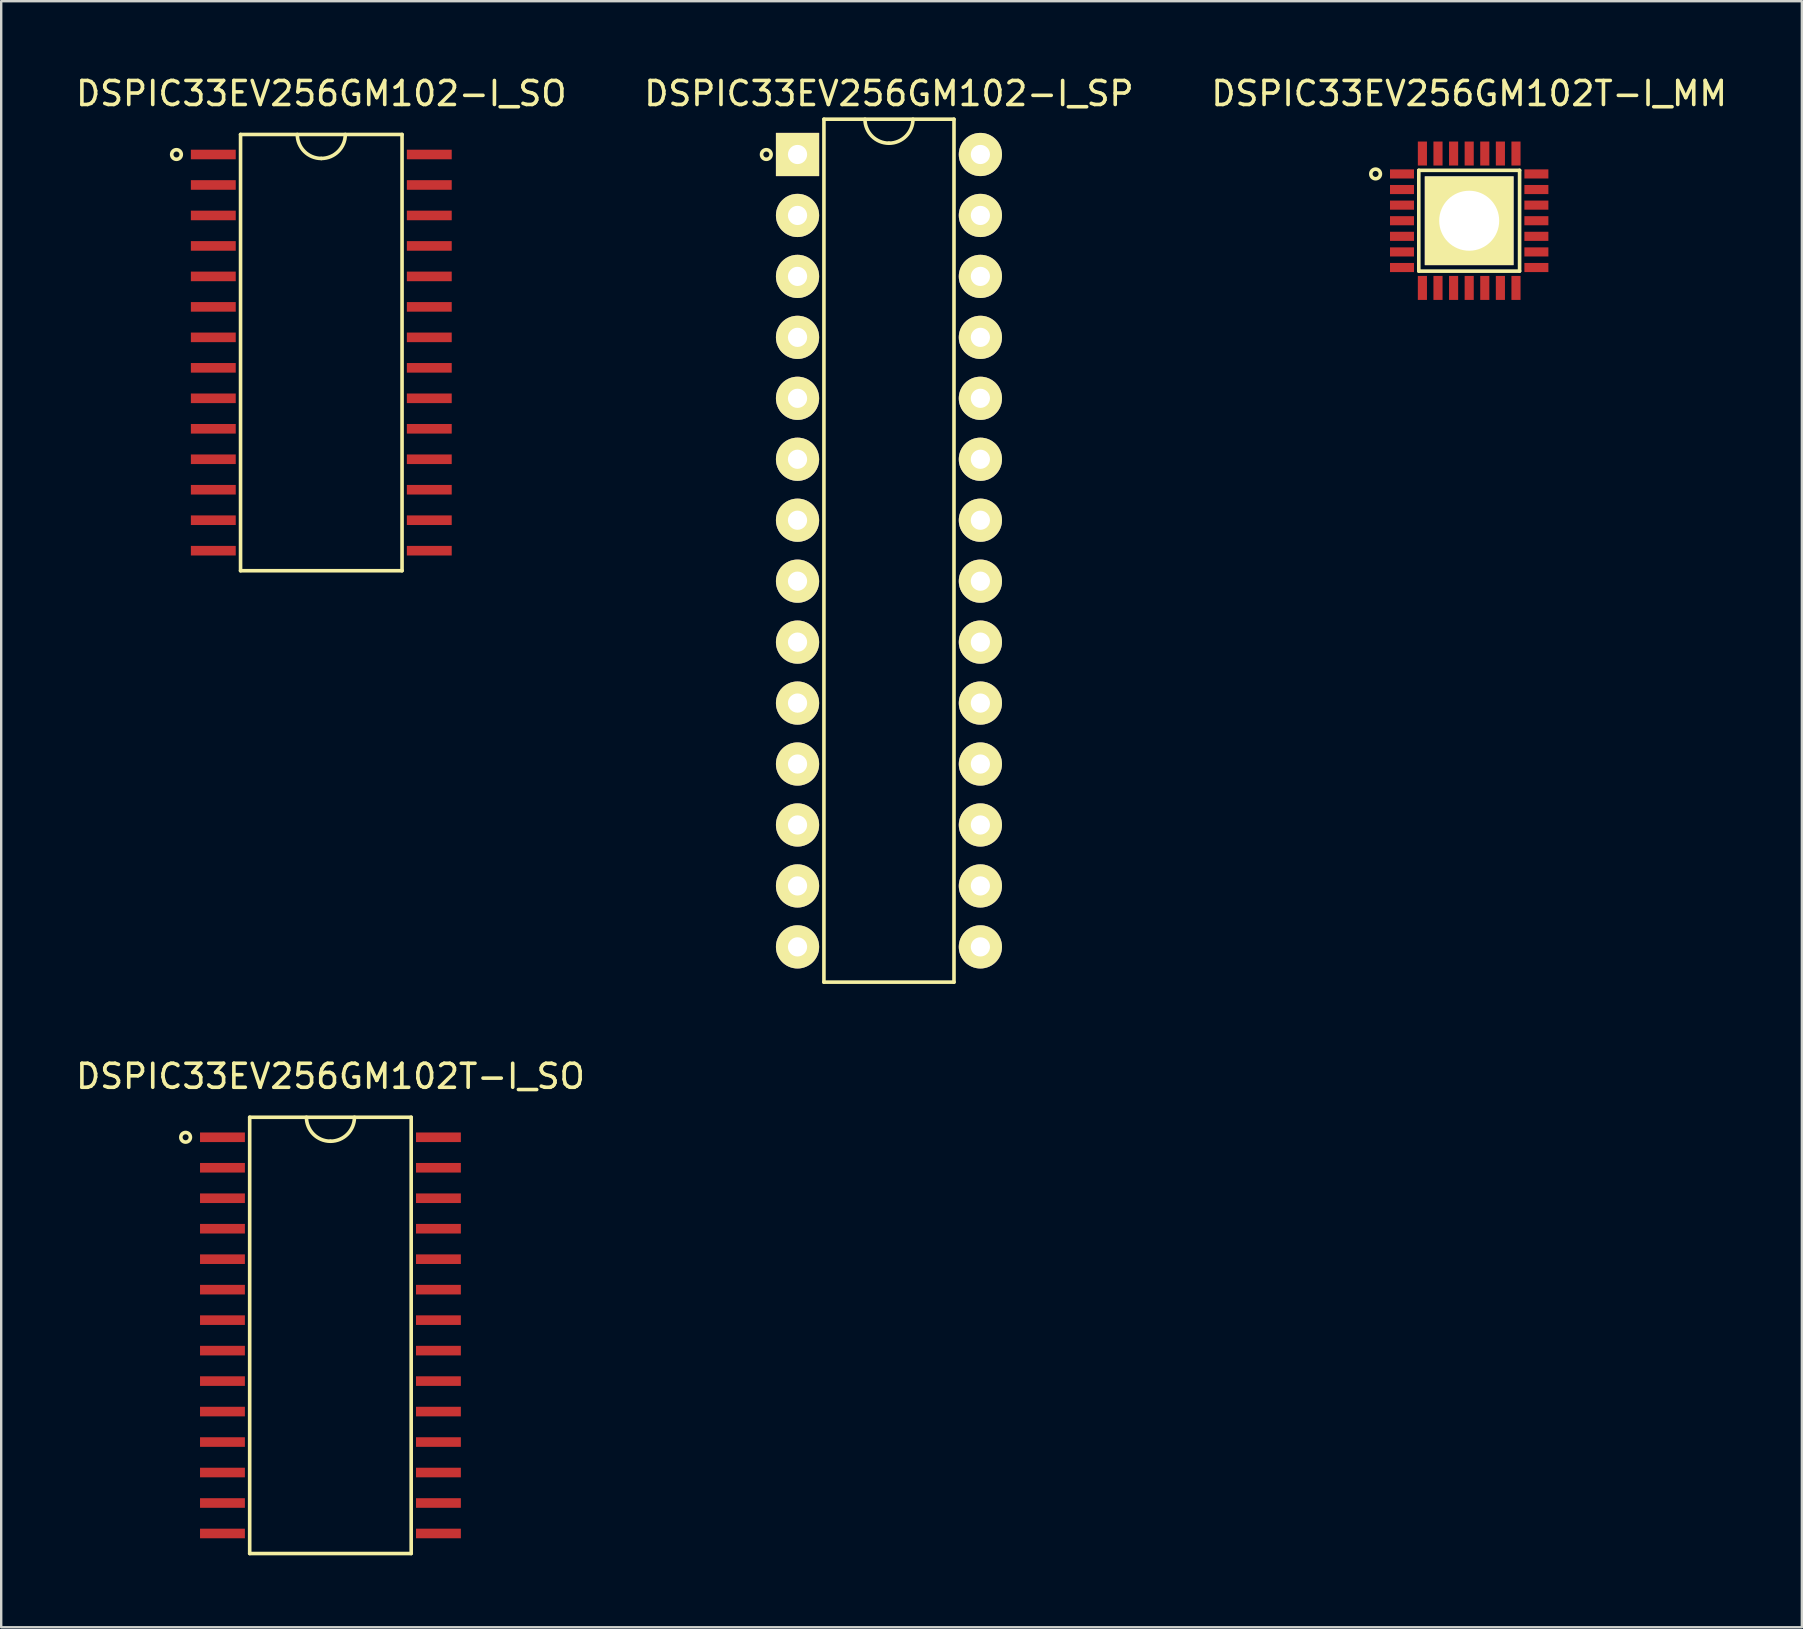
<source format=kicad_pcb>
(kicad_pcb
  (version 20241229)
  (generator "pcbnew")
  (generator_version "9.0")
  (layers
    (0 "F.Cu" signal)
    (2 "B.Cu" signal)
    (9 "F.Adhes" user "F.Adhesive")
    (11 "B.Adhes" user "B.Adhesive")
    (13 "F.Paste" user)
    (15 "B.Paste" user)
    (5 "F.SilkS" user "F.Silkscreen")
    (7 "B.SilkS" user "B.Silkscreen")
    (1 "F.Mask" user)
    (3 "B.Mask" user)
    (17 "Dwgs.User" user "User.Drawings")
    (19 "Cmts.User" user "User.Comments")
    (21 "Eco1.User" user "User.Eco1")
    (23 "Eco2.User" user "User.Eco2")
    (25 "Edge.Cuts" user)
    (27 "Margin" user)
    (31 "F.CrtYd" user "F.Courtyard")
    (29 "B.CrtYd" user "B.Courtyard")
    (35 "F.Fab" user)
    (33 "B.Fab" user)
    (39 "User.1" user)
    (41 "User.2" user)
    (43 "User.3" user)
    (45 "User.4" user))
  (footprint "DSPIC33EV256GM102T-I_SO"
    (layer "F.Cu")
    (at 6.22 44.342)
    (property "Reference" "DSPIC33EV256GM102T-I_SO" (at 4.5 -2.54 0) (layer "F.SilkS") (effects (font (size 1 1) (thickness 0.15))))
    (attr through_hole)
    (fp_line (start 1.135 -0.835) (end 7.865 -0.835) (stroke (width 0.15) (type solid)) (layer "F.SilkS"))
    (fp_line (start 1.135 17.345) (end 1.135 -0.835) (stroke (width 0.15) (type solid)) (layer "F.SilkS"))
    (fp_line (start 7.865 -0.835) (end 7.865 17.345) (stroke (width 0.15) (type solid)) (layer "F.SilkS"))
    (fp_line (start 7.865 17.345) (end 1.135 17.345) (stroke (width 0.15) (type solid)) (layer "F.SilkS"))
    (fp_arc (start 4.5 0.165) (mid 3.792893 -0.127893) (end 3.5 -0.835) (stroke (width 0.15) (type solid)) (layer "F.SilkS"))
    (fp_arc (start 5.5 -0.835) (mid 5.207107 -0.127893) (end 4.5 0.165) (stroke (width 0.15) (type solid)) (layer "F.SilkS"))
    (fp_circle (center -1.535 0) (end -1.535 0.2) (stroke (width 0.15) (type solid)) (fill no) (layer "F.SilkS"))
    (pad "1" smd rect (at 0 0) (size 1.87 0.4) (layers "F.Cu" "F.Mask" "F.Paste"))
    (pad "2" smd rect (at 0 1.27) (size 1.87 0.4) (layers "F.Cu" "F.Mask" "F.Paste"))
    (pad "3" smd rect (at 0 2.54) (size 1.87 0.4) (layers "F.Cu" "F.Mask" "F.Paste"))
    (pad "4" smd rect (at 0 3.81) (size 1.87 0.4) (layers "F.Cu" "F.Mask" "F.Paste"))
    (pad "5" smd rect (at 0 5.08) (size 1.87 0.4) (layers "F.Cu" "F.Mask" "F.Paste"))
    (pad "6" smd rect (at 0 6.35) (size 1.87 0.4) (layers "F.Cu" "F.Mask" "F.Paste"))
    (pad "7" smd rect (at 0 7.62) (size 1.87 0.4) (layers "F.Cu" "F.Mask" "F.Paste"))
    (pad "8" smd rect (at 0 8.89) (size 1.87 0.4) (layers "F.Cu" "F.Mask" "F.Paste"))
    (pad "9" smd rect (at 0 10.16) (size 1.87 0.4) (layers "F.Cu" "F.Mask" "F.Paste"))
    (pad "10" smd rect (at 0 11.43) (size 1.87 0.4) (layers "F.Cu" "F.Mask" "F.Paste"))
    (pad "11" smd rect (at 0 12.7) (size 1.87 0.4) (layers "F.Cu" "F.Mask" "F.Paste"))
    (pad "12" smd rect (at 0 13.97) (size 1.87 0.4) (layers "F.Cu" "F.Mask" "F.Paste"))
    (pad "13" smd rect (at 0 15.24) (size 1.87 0.4) (layers "F.Cu" "F.Mask" "F.Paste"))
    (pad "14" smd rect (at 0 16.51) (size 1.87 0.4) (layers "F.Cu" "F.Mask" "F.Paste"))
    (pad "15" smd rect (at 9 16.51) (size 1.87 0.4) (layers "F.Cu" "F.Mask" "F.Paste"))
    (pad "16" smd rect (at 9 15.24) (size 1.87 0.4) (layers "F.Cu" "F.Mask" "F.Paste"))
    (pad "17" smd rect (at 9 13.97) (size 1.87 0.4) (layers "F.Cu" "F.Mask" "F.Paste"))
    (pad "18" smd rect (at 9 12.7) (size 1.87 0.4) (layers "F.Cu" "F.Mask" "F.Paste"))
    (pad "19" smd rect (at 9 11.43) (size 1.87 0.4) (layers "F.Cu" "F.Mask" "F.Paste"))
    (pad "20" smd rect (at 9 10.16) (size 1.87 0.4) (layers "F.Cu" "F.Mask" "F.Paste"))
    (pad "21" smd rect (at 9 8.89) (size 1.87 0.4) (layers "F.Cu" "F.Mask" "F.Paste"))
    (pad "22" smd rect (at 9 7.62) (size 1.87 0.4) (layers "F.Cu" "F.Mask" "F.Paste"))
    (pad "23" smd rect (at 9 6.35) (size 1.87 0.4) (layers "F.Cu" "F.Mask" "F.Paste"))
    (pad "24" smd rect (at 9 5.08) (size 1.87 0.4) (layers "F.Cu" "F.Mask" "F.Paste"))
    (pad "25" smd rect (at 9 3.81) (size 1.87 0.4) (layers "F.Cu" "F.Mask" "F.Paste"))
    (pad "26" smd rect (at 9 2.54) (size 1.87 0.4) (layers "F.Cu" "F.Mask" "F.Paste"))
    (pad "27" smd rect (at 9 1.27) (size 1.87 0.4) (layers "F.Cu" "F.Mask" "F.Paste"))
    (pad "28" smd rect (at 9 0) (size 1.87 0.4) (layers "F.Cu" "F.Mask" "F.Paste")))
  (footprint "DSPIC33EV256GM102T-I_MM"
    (layer "F.Cu")
    (at 55.373 3.348)
    (property "Reference" "DSPIC33EV256GM102T-I_MM" (at 2.8 -2.5 0) (layer "F.SilkS") (effects (font (size 1 1) (thickness 0.15))))
    (attr through_hole)
    (fp_line (start 0.7 0.7) (end 0.7 4.9) (stroke (width 0.15) (type solid)) (layer "F.SilkS"))
    (fp_line (start 0.7 0.7) (end 4.9 0.7) (stroke (width 0.15) (type solid)) (layer "F.SilkS"))
    (fp_line (start 0.7 4.9) (end 4.9 4.9) (stroke (width 0.15) (type solid)) (layer "F.SilkS"))
    (fp_line (start 4.9 4.9) (end 4.9 0.7) (stroke (width 0.15) (type solid)) (layer "F.SilkS"))
    (fp_circle (center -1.1 0.85) (end -1.1 0.65) (stroke (width 0.15) (type solid)) (fill no) (layer "F.SilkS"))
    (fp_circle (center 1.7 1.7) (end 1.7 1.2) (stroke (width 0.15) (type solid)) (fill no) (layer "F.SilkS"))
    (pad "1" smd rect (at 0 0.85) (size 1 0.38) (layers "F.Cu" "F.Mask" "F.Paste"))
    (pad "2" smd rect (at 0 1.5) (size 1 0.38) (layers "F.Cu" "F.Mask" "F.Paste"))
    (pad "3" smd rect (at 0 2.15) (size 1 0.38) (layers "F.Cu" "F.Mask" "F.Paste"))
    (pad "4" smd rect (at 0 2.8) (size 1 0.38) (layers "F.Cu" "F.Mask" "F.Paste"))
    (pad "5" smd rect (at 0 3.45) (size 1 0.38) (layers "F.Cu" "F.Mask" "F.Paste"))
    (pad "6" smd rect (at 0 4.1) (size 1 0.38) (layers "F.Cu" "F.Mask" "F.Paste"))
    (pad "7" smd rect (at 0 4.75) (size 1 0.38) (layers "F.Cu" "F.Mask" "F.Paste"))
    (pad "8" smd rect (at 0.85 5.6) (size 0.38 1) (layers "F.Cu" "F.Mask" "F.Paste"))
    (pad "9" smd rect (at 1.5 5.6) (size 0.38 1) (layers "F.Cu" "F.Mask" "F.Paste"))
    (pad "10" smd rect (at 2.15 5.6) (size 0.38 1) (layers "F.Cu" "F.Mask" "F.Paste"))
    (pad "11" smd rect (at 2.8 5.6) (size 0.38 1) (layers "F.Cu" "F.Mask" "F.Paste"))
    (pad "12" smd rect (at 3.45 5.6) (size 0.38 1) (layers "F.Cu" "F.Mask" "F.Paste"))
    (pad "13" smd rect (at 4.1 5.6) (size 0.38 1) (layers "F.Cu" "F.Mask" "F.Paste"))
    (pad "14" smd rect (at 4.75 5.6) (size 0.38 1) (layers "F.Cu" "F.Mask" "F.Paste"))
    (pad "15" smd rect (at 5.6 4.75) (size 1 0.38) (layers "F.Cu" "F.Mask" "F.Paste"))
    (pad "16" smd rect (at 5.6 4.1) (size 1 0.38) (layers "F.Cu" "F.Mask" "F.Paste"))
    (pad "17" smd rect (at 5.6 3.45) (size 1 0.38) (layers "F.Cu" "F.Mask" "F.Paste"))
    (pad "18" smd rect (at 5.6 2.8) (size 1 0.38) (layers "F.Cu" "F.Mask" "F.Paste"))
    (pad "19" smd rect (at 5.6 2.15) (size 1 0.38) (layers "F.Cu" "F.Mask" "F.Paste"))
    (pad "20" smd rect (at 5.6 1.5) (size 1 0.38) (layers "F.Cu" "F.Mask" "F.Paste"))
    (pad "21" smd rect (at 5.6 0.85) (size 1 0.38) (layers "F.Cu" "F.Mask" "F.Paste"))
    (pad "22" smd rect (at 4.75 0) (size 0.38 1) (layers "F.Cu" "F.Mask" "F.Paste"))
    (pad "23" smd rect (at 4.1 0) (size 0.38 1) (layers "F.Cu" "F.Mask" "F.Paste"))
    (pad "24" smd rect (at 3.45 0) (size 0.38 1) (layers "F.Cu" "F.Mask" "F.Paste"))
    (pad "25" smd rect (at 2.8 0) (size 0.38 1) (layers "F.Cu" "F.Mask" "F.Paste"))
    (pad "26" smd rect (at 2.15 0) (size 0.38 1) (layers "F.Cu" "F.Mask" "F.Paste"))
    (pad "27" smd rect (at 1.5 0) (size 0.38 1) (layers "F.Cu" "F.Mask" "F.Paste"))
    (pad "28" smd rect (at 0.85 0) (size 0.38 1) (layers "F.Cu" "F.Mask" "F.Paste"))
    (pad "999" thru_hole rect (at 2.8 2.8) (size 3.7 3.7) (drill 2.5) (layers "*.Cu" "*.Mask" "F.SilkS")))
  (footprint "DSPIC33EV256GM102-I_SP"
    (layer "F.Cu")
    (at 30.184 3.388)
    (property "Reference" "DSPIC33EV256GM102-I_SP" (at 3.81 -2.54 0) (layer "F.SilkS") (effects (font (size 1 1) (thickness 0.15))))
    (attr through_hole)
    (fp_line (start 1.1 -1.47) (end 6.52 -1.47) (stroke (width 0.15) (type solid)) (layer "F.SilkS"))
    (fp_line (start 1.1 34.49) (end 1.1 -1.47) (stroke (width 0.15) (type solid)) (layer "F.SilkS"))
    (fp_line (start 6.52 -1.47) (end 6.52 34.49) (stroke (width 0.15) (type solid)) (layer "F.SilkS"))
    (fp_line (start 6.52 34.49) (end 1.1 34.49) (stroke (width 0.15) (type solid)) (layer "F.SilkS"))
    (fp_arc (start 3.81 -0.47) (mid 3.102893 -0.762893) (end 2.81 -1.47) (stroke (width 0.15) (type solid)) (layer "F.SilkS"))
    (fp_arc (start 4.81 -1.47) (mid 4.517107 -0.762893) (end 3.81 -0.47) (stroke (width 0.15) (type solid)) (layer "F.SilkS"))
    (fp_circle (center -1.3 0) (end -1.3 0.2) (stroke (width 0.15) (type solid)) (fill no) (layer "F.SilkS"))
    (pad "1" thru_hole rect (at 0 0) (size 1.8 1.8) (drill 0.8) (layers "*.Cu" "*.Mask" "F.SilkS"))
    (pad "2" thru_hole circle (at 0 2.54) (size 1.8 1.8) (drill 0.8) (layers "*.Cu" "*.Mask" "F.SilkS"))
    (pad "3" thru_hole circle (at 0 5.08) (size 1.8 1.8) (drill 0.8) (layers "*.Cu" "*.Mask" "F.SilkS"))
    (pad "4" thru_hole circle (at 0 7.62) (size 1.8 1.8) (drill 0.8) (layers "*.Cu" "*.Mask" "F.SilkS"))
    (pad "5" thru_hole circle (at 0 10.16) (size 1.8 1.8) (drill 0.8) (layers "*.Cu" "*.Mask" "F.SilkS"))
    (pad "6" thru_hole circle (at 0 12.7) (size 1.8 1.8) (drill 0.8) (layers "*.Cu" "*.Mask" "F.SilkS"))
    (pad "7" thru_hole circle (at 0 15.24) (size 1.8 1.8) (drill 0.8) (layers "*.Cu" "*.Mask" "F.SilkS"))
    (pad "8" thru_hole circle (at 0 17.78) (size 1.8 1.8) (drill 0.8) (layers "*.Cu" "*.Mask" "F.SilkS"))
    (pad "9" thru_hole circle (at 0 20.32) (size 1.8 1.8) (drill 0.8) (layers "*.Cu" "*.Mask" "F.SilkS"))
    (pad "10" thru_hole circle (at 0 22.86) (size 1.8 1.8) (drill 0.8) (layers "*.Cu" "*.Mask" "F.SilkS"))
    (pad "11" thru_hole circle (at 0 25.4) (size 1.8 1.8) (drill 0.8) (layers "*.Cu" "*.Mask" "F.SilkS"))
    (pad "12" thru_hole circle (at 0 27.94) (size 1.8 1.8) (drill 0.8) (layers "*.Cu" "*.Mask" "F.SilkS"))
    (pad "13" thru_hole circle (at 0 30.48) (size 1.8 1.8) (drill 0.8) (layers "*.Cu" "*.Mask" "F.SilkS"))
    (pad "14" thru_hole circle (at 0 33.02) (size 1.8 1.8) (drill 0.8) (layers "*.Cu" "*.Mask" "F.SilkS"))
    (pad "15" thru_hole circle (at 7.62 33.02) (size 1.8 1.8) (drill 0.8) (layers "*.Cu" "*.Mask" "F.SilkS"))
    (pad "16" thru_hole circle (at 7.62 30.48) (size 1.8 1.8) (drill 0.8) (layers "*.Cu" "*.Mask" "F.SilkS"))
    (pad "17" thru_hole circle (at 7.62 27.94) (size 1.8 1.8) (drill 0.8) (layers "*.Cu" "*.Mask" "F.SilkS"))
    (pad "18" thru_hole circle (at 7.62 25.4) (size 1.8 1.8) (drill 0.8) (layers "*.Cu" "*.Mask" "F.SilkS"))
    (pad "19" thru_hole circle (at 7.62 22.86) (size 1.8 1.8) (drill 0.8) (layers "*.Cu" "*.Mask" "F.SilkS"))
    (pad "20" thru_hole circle (at 7.62 20.32) (size 1.8 1.8) (drill 0.8) (layers "*.Cu" "*.Mask" "F.SilkS"))
    (pad "21" thru_hole circle (at 7.62 17.78) (size 1.8 1.8) (drill 0.8) (layers "*.Cu" "*.Mask" "F.SilkS"))
    (pad "22" thru_hole circle (at 7.62 15.24) (size 1.8 1.8) (drill 0.8) (layers "*.Cu" "*.Mask" "F.SilkS"))
    (pad "23" thru_hole circle (at 7.62 12.7) (size 1.8 1.8) (drill 0.8) (layers "*.Cu" "*.Mask" "F.SilkS"))
    (pad "24" thru_hole circle (at 7.62 10.16) (size 1.8 1.8) (drill 0.8) (layers "*.Cu" "*.Mask" "F.SilkS"))
    (pad "25" thru_hole circle (at 7.62 7.62) (size 1.8 1.8) (drill 0.8) (layers "*.Cu" "*.Mask" "F.SilkS"))
    (pad "26" thru_hole circle (at 7.62 5.08) (size 1.8 1.8) (drill 0.8) (layers "*.Cu" "*.Mask" "F.SilkS"))
    (pad "27" thru_hole circle (at 7.62 2.54) (size 1.8 1.8) (drill 0.8) (layers "*.Cu" "*.Mask" "F.SilkS"))
    (pad "28" thru_hole circle (at 7.62 0) (size 1.8 1.8) (drill 0.8) (layers "*.Cu" "*.Mask" "F.SilkS")))
  (footprint "DSPIC33EV256GM102-I_SO"
    (layer "F.Cu")
    (at 5.839 3.388)
    (property "Reference" "DSPIC33EV256GM102-I_SO" (at 4.5 -2.54 0) (layer "F.SilkS") (effects (font (size 1 1) (thickness 0.15))))
    (attr through_hole)
    (fp_line (start 1.135 -0.835) (end 7.865 -0.835) (stroke (width 0.15) (type solid)) (layer "F.SilkS"))
    (fp_line (start 1.135 17.345) (end 1.135 -0.835) (stroke (width 0.15) (type solid)) (layer "F.SilkS"))
    (fp_line (start 7.865 -0.835) (end 7.865 17.345) (stroke (width 0.15) (type solid)) (layer "F.SilkS"))
    (fp_line (start 7.865 17.345) (end 1.135 17.345) (stroke (width 0.15) (type solid)) (layer "F.SilkS"))
    (fp_arc (start 4.5 0.165) (mid 3.792893 -0.127893) (end 3.5 -0.835) (stroke (width 0.15) (type solid)) (layer "F.SilkS"))
    (fp_arc (start 5.5 -0.835) (mid 5.207107 -0.127893) (end 4.5 0.165) (stroke (width 0.15) (type solid)) (layer "F.SilkS"))
    (fp_circle (center -1.535 0) (end -1.535 0.2) (stroke (width 0.15) (type solid)) (fill no) (layer "F.SilkS"))
    (pad "1" smd rect (at 0 0) (size 1.87 0.4) (layers "F.Cu" "F.Mask" "F.Paste"))
    (pad "2" smd rect (at 0 1.27) (size 1.87 0.4) (layers "F.Cu" "F.Mask" "F.Paste"))
    (pad "3" smd rect (at 0 2.54) (size 1.87 0.4) (layers "F.Cu" "F.Mask" "F.Paste"))
    (pad "4" smd rect (at 0 3.81) (size 1.87 0.4) (layers "F.Cu" "F.Mask" "F.Paste"))
    (pad "5" smd rect (at 0 5.08) (size 1.87 0.4) (layers "F.Cu" "F.Mask" "F.Paste"))
    (pad "6" smd rect (at 0 6.35) (size 1.87 0.4) (layers "F.Cu" "F.Mask" "F.Paste"))
    (pad "7" smd rect (at 0 7.62) (size 1.87 0.4) (layers "F.Cu" "F.Mask" "F.Paste"))
    (pad "8" smd rect (at 0 8.89) (size 1.87 0.4) (layers "F.Cu" "F.Mask" "F.Paste"))
    (pad "9" smd rect (at 0 10.16) (size 1.87 0.4) (layers "F.Cu" "F.Mask" "F.Paste"))
    (pad "10" smd rect (at 0 11.43) (size 1.87 0.4) (layers "F.Cu" "F.Mask" "F.Paste"))
    (pad "11" smd rect (at 0 12.7) (size 1.87 0.4) (layers "F.Cu" "F.Mask" "F.Paste"))
    (pad "12" smd rect (at 0 13.97) (size 1.87 0.4) (layers "F.Cu" "F.Mask" "F.Paste"))
    (pad "13" smd rect (at 0 15.24) (size 1.87 0.4) (layers "F.Cu" "F.Mask" "F.Paste"))
    (pad "14" smd rect (at 0 16.51) (size 1.87 0.4) (layers "F.Cu" "F.Mask" "F.Paste"))
    (pad "15" smd rect (at 9 16.51) (size 1.87 0.4) (layers "F.Cu" "F.Mask" "F.Paste"))
    (pad "16" smd rect (at 9 15.24) (size 1.87 0.4) (layers "F.Cu" "F.Mask" "F.Paste"))
    (pad "17" smd rect (at 9 13.97) (size 1.87 0.4) (layers "F.Cu" "F.Mask" "F.Paste"))
    (pad "18" smd rect (at 9 12.7) (size 1.87 0.4) (layers "F.Cu" "F.Mask" "F.Paste"))
    (pad "19" smd rect (at 9 11.43) (size 1.87 0.4) (layers "F.Cu" "F.Mask" "F.Paste"))
    (pad "20" smd rect (at 9 10.16) (size 1.87 0.4) (layers "F.Cu" "F.Mask" "F.Paste"))
    (pad "21" smd rect (at 9 8.89) (size 1.87 0.4) (layers "F.Cu" "F.Mask" "F.Paste"))
    (pad "22" smd rect (at 9 7.62) (size 1.87 0.4) (layers "F.Cu" "F.Mask" "F.Paste"))
    (pad "23" smd rect (at 9 6.35) (size 1.87 0.4) (layers "F.Cu" "F.Mask" "F.Paste"))
    (pad "24" smd rect (at 9 5.08) (size 1.87 0.4) (layers "F.Cu" "F.Mask" "F.Paste"))
    (pad "25" smd rect (at 9 3.81) (size 1.87 0.4) (layers "F.Cu" "F.Mask" "F.Paste"))
    (pad "26" smd rect (at 9 2.54) (size 1.87 0.4) (layers "F.Cu" "F.Mask" "F.Paste"))
    (pad "27" smd rect (at 9 1.27) (size 1.87 0.4) (layers "F.Cu" "F.Mask" "F.Paste"))
    (pad "28" smd rect (at 9 0) (size 1.87 0.4) (layers "F.Cu" "F.Mask" "F.Paste")))
  (gr_rect
    (start -3 -3)
    (end 72.036 64.761)
    (stroke (width 0.1) (type default))
    (fill no)
    (layer "Edge.Cuts")))
</source>
